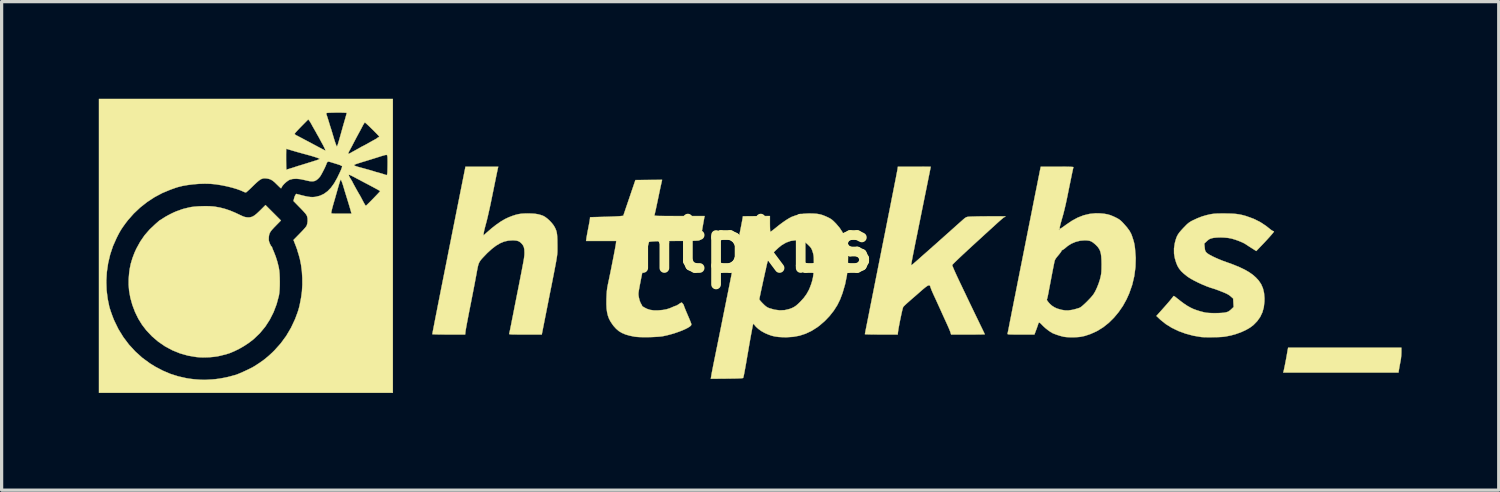
<source format=kicad_pcb>
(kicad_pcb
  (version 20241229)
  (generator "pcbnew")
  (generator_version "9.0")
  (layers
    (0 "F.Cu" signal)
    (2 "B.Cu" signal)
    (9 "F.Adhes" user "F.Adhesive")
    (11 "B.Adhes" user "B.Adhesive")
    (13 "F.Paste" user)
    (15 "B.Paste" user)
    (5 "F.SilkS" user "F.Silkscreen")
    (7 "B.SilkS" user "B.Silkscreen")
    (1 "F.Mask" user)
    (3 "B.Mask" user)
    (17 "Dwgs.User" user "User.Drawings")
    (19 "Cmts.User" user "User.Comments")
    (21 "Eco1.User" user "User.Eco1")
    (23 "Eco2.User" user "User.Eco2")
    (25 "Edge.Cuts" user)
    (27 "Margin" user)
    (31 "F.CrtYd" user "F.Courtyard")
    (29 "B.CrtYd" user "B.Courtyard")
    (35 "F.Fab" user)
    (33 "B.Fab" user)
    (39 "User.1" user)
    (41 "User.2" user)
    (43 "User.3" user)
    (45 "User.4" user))
  (footprint "htpkbs"
    (layer "F.Cu")
    (at 20.18 4.533)
    (property "Reference" "htpkbs" (at 0 0 0) (layer "F.SilkS") (effects (font (size 1.524 1.524) (thickness 0.3))))
    (attr through_hole)
    (fp_poly (pts (xy 20.03 3.293) (xy 20.026 3.392) (xy 20.015 3.497) (xy 20.002 3.573) (xy 19.987 3.648) (xy 19.972 3.728) (xy 19.96 3.798) (xy 19.957 3.814) (xy 19.94 3.919) (xy 16.383 3.919) (xy 16.393 3.88) (xy 16.404 3.834) (xy 16.418 3.767) (xy 16.435 3.686) (xy 16.452 3.598) (xy 16.469 3.51) (xy 16.484 3.429) (xy 16.495 3.365) (xy 16.506 3.301) (xy 16.516 3.243) (xy 16.524 3.201) (xy 16.526 3.19) (xy 16.534 3.15) (xy 20.03 3.15) (xy 20.03 3.293)) (stroke (width 0.01) (type solid)) (fill yes) (layer "F.SilkS"))
    (fp_poly (pts (xy -14.558 -0.777) (xy -14.708 -0.624) (xy -14.782 -0.548) (xy -14.837 -0.487) (xy -14.876 -0.436) (xy -14.902 -0.391) (xy -14.919 -0.347) (xy -14.928 -0.299) (xy -14.932 -0.254) (xy -14.934 -0.193) (xy -14.93 -0.147) (xy -14.916 -0.102) (xy -14.899 -0.06) (xy -14.877 -0.015) (xy -14.858 0.017) (xy -14.846 0.029) (xy -14.834 0.04) (xy -14.834 0.045) (xy -14.828 0.064) (xy -14.813 0.104) (xy -14.792 0.155) (xy -14.781 0.179) (xy -14.721 0.331) (xy -14.668 0.499) (xy -14.626 0.667) (xy -14.622 0.69) (xy -14.609 0.772) (xy -14.6 0.874) (xy -14.595 0.991) (xy -14.593 1.114) (xy -14.594 1.236) (xy -14.599 1.352) (xy -14.607 1.453) (xy -14.619 1.533) (xy -14.62 1.539) (xy -14.69 1.802) (xy -14.784 2.051) (xy -14.901 2.283) (xy -15.04 2.498) (xy -15.202 2.695) (xy -15.386 2.873) (xy -15.431 2.911) (xy -15.558 3.007) (xy -15.698 3.099) (xy -15.844 3.183) (xy -15.992 3.256) (xy -16.134 3.316) (xy -16.266 3.358) (xy -16.331 3.373) (xy -16.357 3.379) (xy -16.396 3.39) (xy -16.408 3.393) (xy -16.511 3.416) (xy -16.634 3.433) (xy -16.769 3.445) (xy -16.909 3.45) (xy -17.046 3.448) (xy -17.17 3.438) (xy -17.17 3.438) (xy -17.426 3.395) (xy -17.673 3.325) (xy -17.91 3.229) (xy -18.135 3.108) (xy -18.345 2.964) (xy -18.539 2.798) (xy -18.715 2.611) (xy -18.843 2.444) (xy -18.96 2.256) (xy -19.061 2.049) (xy -19.144 1.83) (xy -19.206 1.608) (xy -19.245 1.388) (xy -19.245 1.386) (xy -19.259 1.208) (xy -19.258 1.028) (xy -19.242 0.839) (xy -19.226 0.718) (xy -19.192 0.555) (xy -19.14 0.382) (xy -19.073 0.207) (xy -19.02 0.092) (xy -18.901 -0.124) (xy -18.767 -0.319) (xy -18.612 -0.498) (xy -18.439 -0.661) (xy -18.395 -0.7) (xy -18.356 -0.734) (xy -18.33 -0.757) (xy -18.329 -0.758) (xy -18.306 -0.778) (xy -18.295 -0.784) (xy -18.28 -0.791) (xy -18.248 -0.811) (xy -18.206 -0.839) (xy -18.204 -0.84) (xy -18.129 -0.888) (xy -18.04 -0.938) (xy -17.945 -0.987) (xy -17.853 -1.031) (xy -17.774 -1.064) (xy -17.75 -1.072) (xy -17.698 -1.09) (xy -17.653 -1.107) (xy -17.628 -1.117) (xy -17.597 -1.127) (xy -17.551 -1.14) (xy -17.526 -1.146) (xy -17.472 -1.159) (xy -17.419 -1.172) (xy -17.403 -1.176) (xy -17.326 -1.192) (xy -17.227 -1.204) (xy -17.114 -1.213) (xy -16.992 -1.218) (xy -16.87 -1.22) (xy -16.754 -1.217) (xy -16.651 -1.21) (xy -16.6 -1.204) (xy -16.438 -1.175) (xy -16.286 -1.136) (xy -16.134 -1.085) (xy -15.975 -1.019) (xy -15.85 -0.96) (xy -15.775 -0.925) (xy -15.718 -0.9) (xy -15.672 -0.885) (xy -15.629 -0.877) (xy -15.588 -0.873) (xy -15.529 -0.873) (xy -15.475 -0.883) (xy -15.423 -0.903) (xy -15.367 -0.938) (xy -15.304 -0.989) (xy -15.229 -1.059) (xy -15.19 -1.097) (xy -15.034 -1.253) (xy -14.558 -0.777)) (stroke (width 0.01) (type solid)) (fill yes) (layer "F.SilkS"))
    (fp_poly (pts (xy -7.859 -2.398) (xy -7.864 -2.375) (xy -7.874 -2.327) (xy -7.889 -2.258) (xy -7.907 -2.17) (xy -7.928 -2.068) (xy -7.951 -1.954) (xy -7.976 -1.833) (xy -7.976 -1.829) (xy -8.018 -1.625) (xy -8.054 -1.448) (xy -8.086 -1.292) (xy -8.115 -1.157) (xy -8.142 -1.038) (xy -8.166 -0.932) (xy -8.188 -0.837) (xy -8.21 -0.75) (xy -8.232 -0.667) (xy -8.244 -0.624) (xy -8.264 -0.546) (xy -8.282 -0.474) (xy -8.294 -0.415) (xy -8.301 -0.374) (xy -8.302 -0.365) (xy -8.302 -0.316) (xy -8.197 -0.412) (xy -8.053 -0.536) (xy -7.91 -0.648) (xy -7.771 -0.744) (xy -7.64 -0.821) (xy -7.522 -0.877) (xy -7.518 -0.878) (xy -7.406 -0.921) (xy -7.31 -0.952) (xy -7.223 -0.973) (xy -7.136 -0.986) (xy -7.04 -0.992) (xy -6.938 -0.994) (xy -6.816 -0.991) (xy -6.714 -0.984) (xy -6.626 -0.97) (xy -6.542 -0.948) (xy -6.473 -0.925) (xy -6.411 -0.892) (xy -6.34 -0.84) (xy -6.267 -0.775) (xy -6.199 -0.702) (xy -6.141 -0.628) (xy -6.104 -0.566) (xy -6.079 -0.513) (xy -6.059 -0.462) (xy -6.045 -0.408) (xy -6.035 -0.346) (xy -6.029 -0.272) (xy -6.025 -0.18) (xy -6.024 -0.067) (xy -6.023 -0.012) (xy -6.023 0.036) (xy -6.023 0.079) (xy -6.023 0.117) (xy -6.023 0.153) (xy -6.024 0.188) (xy -6.026 0.223) (xy -6.029 0.262) (xy -6.034 0.306) (xy -6.041 0.356) (xy -6.051 0.415) (xy -6.062 0.484) (xy -6.077 0.565) (xy -6.095 0.659) (xy -6.116 0.77) (xy -6.141 0.898) (xy -6.17 1.046) (xy -6.203 1.215) (xy -6.242 1.407) (xy -6.285 1.624) (xy -6.33 1.854) (xy -6.506 2.743) (xy -7.014 2.743) (xy -7.149 2.743) (xy -7.257 2.743) (xy -7.342 2.742) (xy -7.407 2.741) (xy -7.453 2.739) (xy -7.484 2.736) (xy -7.502 2.733) (xy -7.511 2.728) (xy -7.513 2.722) (xy -7.512 2.718) (xy -7.506 2.696) (xy -7.496 2.65) (xy -7.482 2.587) (xy -7.467 2.51) (xy -7.452 2.438) (xy -7.44 2.375) (xy -7.423 2.287) (xy -7.401 2.178) (xy -7.376 2.051) (xy -7.349 1.911) (xy -7.319 1.761) (xy -7.288 1.605) (xy -7.257 1.447) (xy -7.243 1.379) (xy -7.204 1.182) (xy -7.171 1.011) (xy -7.142 0.864) (xy -7.118 0.739) (xy -7.098 0.633) (xy -7.081 0.545) (xy -7.068 0.472) (xy -7.058 0.413) (xy -7.051 0.364) (xy -7.046 0.323) (xy -7.042 0.29) (xy -7.041 0.26) (xy -7.04 0.232) (xy -7.04 0.21) (xy -7.044 0.118) (xy -7.059 0.045) (xy -7.087 -0.014) (xy -7.121 -0.058) (xy -7.17 -0.105) (xy -7.222 -0.137) (xy -7.283 -0.155) (xy -7.362 -0.163) (xy -7.409 -0.164) (xy -7.539 -0.155) (xy -7.667 -0.126) (xy -7.793 -0.074) (xy -7.92 0.002) (xy -8.05 0.102) (xy -8.187 0.227) (xy -8.245 0.287) (xy -8.309 0.354) (xy -8.36 0.409) (xy -8.398 0.456) (xy -8.427 0.501) (xy -8.45 0.548) (xy -8.468 0.602) (xy -8.484 0.67) (xy -8.501 0.756) (xy -8.521 0.865) (xy -8.536 0.947) (xy -8.556 1.053) (xy -8.579 1.177) (xy -8.606 1.316) (xy -8.635 1.465) (xy -8.665 1.619) (xy -8.695 1.773) (xy -8.715 1.872) (xy -8.743 2.013) (xy -8.769 2.148) (xy -8.793 2.274) (xy -8.815 2.388) (xy -8.833 2.485) (xy -8.847 2.564) (xy -8.857 2.621) (xy -8.861 2.652) (xy -8.871 2.743) (xy -9.378 2.743) (xy -9.496 2.743) (xy -9.604 2.742) (xy -9.699 2.741) (xy -9.778 2.739) (xy -9.837 2.737) (xy -9.874 2.735) (xy -9.884 2.733) (xy -9.882 2.719) (xy -9.876 2.685) (xy -9.866 2.63) (xy -9.851 2.554) (xy -9.832 2.456) (xy -9.809 2.336) (xy -9.781 2.193) (xy -9.748 2.026) (xy -9.711 1.835) (xy -9.668 1.62) (xy -9.621 1.38) (xy -9.568 1.114) (xy -9.51 0.822) (xy -9.446 0.503) (xy -9.378 0.156) (xy -9.303 -0.218) (xy -9.3 -0.236) (xy -8.861 -2.438) (xy -7.849 -2.438) (xy -7.859 -2.398)) (stroke (width 0.01) (type solid)) (fill yes) (layer "F.SilkS"))
    (fp_poly (pts (xy 14.701 -0.991) (xy 14.821 -0.987) (xy 14.925 -0.979) (xy 15.02 -0.965) (xy 15.111 -0.947) (xy 15.206 -0.922) (xy 15.256 -0.906) (xy 15.473 -0.827) (xy 15.67 -0.729) (xy 15.851 -0.61) (xy 15.959 -0.524) (xy 16.003 -0.489) (xy 16.042 -0.463) (xy 16.068 -0.45) (xy 16.071 -0.45) (xy 16.093 -0.444) (xy 16.096 -0.438) (xy 16.087 -0.42) (xy 16.059 -0.384) (xy 16.015 -0.332) (xy 15.958 -0.267) (xy 15.889 -0.191) (xy 15.811 -0.107) (xy 15.73 -0.022) (xy 15.55 0.166) (xy 15.406 0.074) (xy 15.343 0.034) (xy 15.284 -0.004) (xy 15.236 -0.036) (xy 15.21 -0.053) (xy 15.156 -0.083) (xy 15.081 -0.117) (xy 14.994 -0.152) (xy 14.901 -0.185) (xy 14.812 -0.212) (xy 14.778 -0.221) (xy 14.684 -0.238) (xy 14.573 -0.249) (xy 14.456 -0.254) (xy 14.343 -0.251) (xy 14.242 -0.242) (xy 14.197 -0.233) (xy 14.141 -0.218) (xy 14.097 -0.198) (xy 14.053 -0.165) (xy 14.025 -0.139) (xy 13.946 -0.065) (xy 13.957 0.049) (xy 13.964 0.111) (xy 13.973 0.153) (xy 13.989 0.185) (xy 14.01 0.212) (xy 14.047 0.243) (xy 14.108 0.282) (xy 14.188 0.325) (xy 14.285 0.371) (xy 14.394 0.419) (xy 14.51 0.466) (xy 14.631 0.51) (xy 14.652 0.517) (xy 14.857 0.592) (xy 15.036 0.666) (xy 15.191 0.74) (xy 15.325 0.817) (xy 15.44 0.897) (xy 15.538 0.983) (xy 15.623 1.075) (xy 15.623 1.075) (xy 15.7 1.189) (xy 15.756 1.317) (xy 15.79 1.46) (xy 15.804 1.621) (xy 15.802 1.726) (xy 15.783 1.899) (xy 15.74 2.056) (xy 15.672 2.2) (xy 15.578 2.332) (xy 15.465 2.448) (xy 15.363 2.526) (xy 15.238 2.599) (xy 15.094 2.666) (xy 14.938 2.723) (xy 14.775 2.77) (xy 14.609 2.803) (xy 14.525 2.815) (xy 14.466 2.819) (xy 14.388 2.823) (xy 14.296 2.826) (xy 14.197 2.827) (xy 14.099 2.828) (xy 14.007 2.827) (xy 13.928 2.825) (xy 13.869 2.822) (xy 13.854 2.821) (xy 13.609 2.78) (xy 13.375 2.718) (xy 13.153 2.637) (xy 12.946 2.538) (xy 12.758 2.421) (xy 12.593 2.289) (xy 12.569 2.266) (xy 12.467 2.17) (xy 12.585 2.039) (xy 12.668 1.946) (xy 12.746 1.858) (xy 12.818 1.775) (xy 12.88 1.703) (xy 12.93 1.642) (xy 12.966 1.597) (xy 12.986 1.569) (xy 12.989 1.564) (xy 12.996 1.555) (xy 13.011 1.557) (xy 13.038 1.573) (xy 13.081 1.606) (xy 13.099 1.621) (xy 13.221 1.717) (xy 13.328 1.796) (xy 13.425 1.86) (xy 13.518 1.912) (xy 13.611 1.956) (xy 13.712 1.993) (xy 13.824 2.028) (xy 13.954 2.061) (xy 13.963 2.063) (xy 14.018 2.072) (xy 14.095 2.078) (xy 14.187 2.082) (xy 14.286 2.083) (xy 14.385 2.081) (xy 14.476 2.077) (xy 14.554 2.07) (xy 14.601 2.062) (xy 14.658 2.047) (xy 14.701 2.027) (xy 14.744 1.995) (xy 14.774 1.968) (xy 14.852 1.894) (xy 14.844 1.764) (xy 14.837 1.633) (xy 14.759 1.564) (xy 14.72 1.533) (xy 14.676 1.505) (xy 14.622 1.477) (xy 14.551 1.446) (xy 14.478 1.417) (xy 14.402 1.387) (xy 14.332 1.361) (xy 14.273 1.34) (xy 14.233 1.327) (xy 14.224 1.324) (xy 14.123 1.293) (xy 14.009 1.251) (xy 13.887 1.2) (xy 13.764 1.144) (xy 13.647 1.086) (xy 13.541 1.028) (xy 13.453 0.973) (xy 13.415 0.946) (xy 13.312 0.863) (xy 13.23 0.785) (xy 13.167 0.706) (xy 13.117 0.621) (xy 13.077 0.522) (xy 13.042 0.405) (xy 13.039 0.397) (xy 13.012 0.243) (xy 13.011 0.087) (xy 13.035 -0.074) (xy 13.047 -0.122) (xy 13.071 -0.206) (xy 13.097 -0.276) (xy 13.129 -0.338) (xy 13.17 -0.399) (xy 13.226 -0.465) (xy 13.298 -0.544) (xy 13.303 -0.549) (xy 13.366 -0.614) (xy 13.415 -0.663) (xy 13.458 -0.699) (xy 13.499 -0.728) (xy 13.545 -0.756) (xy 13.598 -0.783) (xy 13.741 -0.849) (xy 13.876 -0.901) (xy 14.014 -0.941) (xy 14.097 -0.96) (xy 14.153 -0.972) (xy 14.206 -0.98) (xy 14.262 -0.986) (xy 14.327 -0.99) (xy 14.407 -0.992) (xy 14.507 -0.993) (xy 14.558 -0.993) (xy 14.701 -0.991)) (stroke (width 0.01) (type solid)) (fill yes) (layer "F.SilkS"))
    (fp_poly (pts (xy -2.826 -1.876) (xy -2.842 -1.805) (xy -2.861 -1.715) (xy -2.882 -1.616) (xy -2.902 -1.518) (xy -2.91 -1.48) (xy -2.936 -1.355) (xy -2.961 -1.239) (xy -2.982 -1.138) (xy -3.001 -1.053) (xy -3.016 -0.988) (xy -3.025 -0.948) (xy -3.028 -0.94) (xy -3.028 -0.934) (xy -3.024 -0.93) (xy -3.014 -0.926) (xy -2.994 -0.923) (xy -2.963 -0.92) (xy -2.919 -0.918) (xy -2.86 -0.917) (xy -2.782 -0.916) (xy -2.685 -0.915) (xy -2.565 -0.915) (xy -2.42 -0.914) (xy -2.256 -0.914) (xy -1.477 -0.914) (xy -1.486 -0.882) (xy -1.491 -0.857) (xy -1.499 -0.809) (xy -1.511 -0.744) (xy -1.525 -0.665) (xy -1.538 -0.588) (xy -1.554 -0.498) (xy -1.569 -0.412) (xy -1.583 -0.336) (xy -1.595 -0.277) (xy -1.601 -0.247) (xy -1.612 -0.201) (xy -1.624 -0.176) (xy -1.644 -0.164) (xy -1.676 -0.157) (xy -1.704 -0.155) (xy -1.757 -0.152) (xy -1.832 -0.15) (xy -1.924 -0.149) (xy -2.031 -0.147) (xy -2.148 -0.146) (xy -2.258 -0.146) (xy -2.449 -0.145) (xy -2.621 -0.144) (xy -2.774 -0.141) (xy -2.905 -0.138) (xy -3.014 -0.134) (xy -3.099 -0.129) (xy -3.158 -0.123) (xy -3.19 -0.117) (xy -3.194 -0.116) (xy -3.201 -0.099) (xy -3.213 -0.058) (xy -3.228 0.004) (xy -3.247 0.084) (xy -3.268 0.178) (xy -3.29 0.282) (xy -3.295 0.307) (xy -3.319 0.426) (xy -3.344 0.547) (xy -3.369 0.666) (xy -3.391 0.774) (xy -3.41 0.866) (xy -3.423 0.929) (xy -3.442 1.024) (xy -3.462 1.128) (xy -3.482 1.229) (xy -3.497 1.314) (xy -3.498 1.316) (xy -3.511 1.392) (xy -3.519 1.447) (xy -3.522 1.489) (xy -3.52 1.528) (xy -3.514 1.57) (xy -3.505 1.614) (xy -3.488 1.684) (xy -3.466 1.746) (xy -3.446 1.786) (xy -3.424 1.822) (xy -3.412 1.848) (xy -3.411 1.854) (xy -3.4 1.87) (xy -3.365 1.894) (xy -3.305 1.927) (xy -3.254 1.952) (xy -3.163 1.982) (xy -3.05 1.998) (xy -2.915 1.998) (xy -2.896 1.997) (xy -2.764 1.985) (xy -2.653 1.964) (xy -2.552 1.932) (xy -2.482 1.902) (xy -2.433 1.88) (xy -2.392 1.864) (xy -2.37 1.858) (xy -2.369 1.858) (xy -2.348 1.85) (xy -2.312 1.83) (xy -2.277 1.807) (xy -2.236 1.78) (xy -2.205 1.762) (xy -2.191 1.756) (xy -2.174 1.767) (xy -2.151 1.793) (xy -2.13 1.823) (xy -2.119 1.847) (xy -2.119 1.849) (xy -2.115 1.866) (xy -2.103 1.899) (xy -2.082 1.951) (xy -2.052 2.025) (xy -2.011 2.121) (xy -1.971 2.213) (xy -1.936 2.296) (xy -1.912 2.357) (xy -1.896 2.399) (xy -1.889 2.427) (xy -1.888 2.438) (xy -1.902 2.467) (xy -1.94 2.5) (xy -2 2.537) (xy -2.079 2.577) (xy -2.172 2.618) (xy -2.277 2.658) (xy -2.39 2.697) (xy -2.509 2.733) (xy -2.629 2.765) (xy -2.747 2.791) (xy -2.767 2.795) (xy -2.839 2.805) (xy -2.933 2.813) (xy -3.042 2.819) (xy -3.159 2.824) (xy -3.278 2.825) (xy -3.393 2.825) (xy -3.497 2.822) (xy -3.584 2.816) (xy -3.636 2.81) (xy -3.79 2.779) (xy -3.92 2.742) (xy -4.031 2.695) (xy -4.127 2.637) (xy -4.212 2.564) (xy -4.292 2.475) (xy -4.32 2.437) (xy -4.381 2.347) (xy -4.429 2.257) (xy -4.464 2.162) (xy -4.489 2.058) (xy -4.505 1.94) (xy -4.511 1.804) (xy -4.51 1.645) (xy -4.508 1.604) (xy -4.503 1.49) (xy -4.496 1.396) (xy -4.485 1.309) (xy -4.469 1.221) (xy -4.455 1.154) (xy -4.435 1.06) (xy -4.413 0.952) (xy -4.388 0.834) (xy -4.363 0.709) (xy -4.338 0.582) (xy -4.313 0.456) (xy -4.289 0.335) (xy -4.268 0.223) (xy -4.249 0.124) (xy -4.234 0.041) (xy -4.223 -0.021) (xy -4.217 -0.059) (xy -4.217 -0.062) (xy -4.207 -0.145) (xy -5.138 -0.145) (xy -5.129 -0.214) (xy -5.124 -0.252) (xy -5.113 -0.311) (xy -5.1 -0.386) (xy -5.084 -0.47) (xy -5.072 -0.53) (xy -5.056 -0.615) (xy -5.041 -0.693) (xy -5.029 -0.759) (xy -5.022 -0.807) (xy -5.019 -0.827) (xy -5.015 -0.878) (xy -4.601 -0.889) (xy -4.489 -0.892) (xy -4.38 -0.896) (xy -4.282 -0.9) (xy -4.197 -0.904) (xy -4.131 -0.908) (xy -4.09 -0.911) (xy -4.089 -0.911) (xy -3.99 -0.922) (xy -3.897 -1.197) (xy -3.859 -1.308) (xy -3.816 -1.435) (xy -3.772 -1.564) (xy -3.731 -1.686) (xy -3.709 -1.749) (xy -3.615 -2.025) (xy -3.203 -2.029) (xy -2.791 -2.032) (xy -2.826 -1.876)) (stroke (width 0.01) (type solid)) (fill yes) (layer "F.SilkS"))
    (fp_poly (pts (xy 1.89 -0.99) (xy 1.99 -0.982) (xy 2.077 -0.967) (xy 2.16 -0.944) (xy 2.248 -0.909) (xy 2.311 -0.881) (xy 2.37 -0.852) (xy 2.416 -0.825) (xy 2.458 -0.795) (xy 2.502 -0.756) (xy 2.555 -0.703) (xy 2.58 -0.677) (xy 2.688 -0.55) (xy 2.774 -0.42) (xy 2.84 -0.28) (xy 2.889 -0.125) (xy 2.923 0.05) (xy 2.927 0.079) (xy 2.949 0.351) (xy 2.944 0.63) (xy 2.914 0.911) (xy 2.858 1.191) (xy 2.777 1.467) (xy 2.703 1.662) (xy 2.618 1.835) (xy 2.509 2.006) (xy 2.379 2.171) (xy 2.232 2.325) (xy 2.074 2.462) (xy 1.996 2.521) (xy 1.818 2.633) (xy 1.637 2.718) (xy 1.45 2.779) (xy 1.253 2.815) (xy 1.042 2.828) (xy 0.937 2.826) (xy 0.806 2.819) (xy 0.695 2.804) (xy 0.595 2.781) (xy 0.494 2.746) (xy 0.385 2.699) (xy 0.377 2.695) (xy 0.276 2.639) (xy 0.183 2.573) (xy 0.105 2.502) (xy 0.053 2.439) (xy 0.034 2.417) (xy 0.021 2.413) (xy 0.021 2.413) (xy 0.016 2.43) (xy 0.006 2.474) (xy -0.008 2.544) (xy -0.025 2.638) (xy -0.047 2.754) (xy -0.072 2.892) (xy -0.1 3.05) (xy -0.13 3.227) (xy -0.164 3.42) (xy -0.199 3.629) (xy -0.203 3.649) (xy -0.222 3.756) (xy -0.24 3.854) (xy -0.256 3.94) (xy -0.27 4.009) (xy -0.282 4.058) (xy -0.289 4.082) (xy -0.29 4.084) (xy -0.309 4.089) (xy -0.355 4.094) (xy -0.428 4.098) (xy -0.53 4.101) (xy -0.659 4.103) (xy -0.797 4.105) (xy -1.288 4.109) (xy -1.268 3.987) (xy -1.261 3.947) (xy -1.249 3.883) (xy -1.232 3.797) (xy -1.212 3.693) (xy -1.188 3.575) (xy -1.162 3.446) (xy -1.134 3.309) (xy -1.112 3.199) (xy -1.09 3.094) (xy -1.065 2.969) (xy -1.036 2.827) (xy -1.004 2.668) (xy -0.969 2.495) (xy -0.932 2.31) (xy -0.893 2.115) (xy -0.852 1.912) (xy -0.81 1.703) (xy -0.8 1.653) (xy 0.21 1.653) (xy 0.22 1.675) (xy 0.244 1.707) (xy 0.285 1.752) (xy 0.314 1.782) (xy 0.373 1.84) (xy 0.421 1.88) (xy 0.463 1.907) (xy 0.508 1.927) (xy 0.51 1.928) (xy 0.679 1.977) (xy 0.841 1.997) (xy 0.996 1.99) (xy 1.144 1.954) (xy 1.146 1.953) (xy 1.22 1.925) (xy 1.281 1.894) (xy 1.338 1.857) (xy 1.398 1.806) (xy 1.469 1.738) (xy 1.469 1.738) (xy 1.581 1.616) (xy 1.669 1.495) (xy 1.74 1.367) (xy 1.774 1.287) (xy 1.815 1.177) (xy 1.845 1.077) (xy 1.867 0.977) (xy 1.882 0.872) (xy 1.89 0.754) (xy 1.893 0.615) (xy 1.893 0.588) (xy 1.893 0.489) (xy 1.892 0.413) (xy 1.89 0.355) (xy 1.885 0.309) (xy 1.878 0.269) (xy 1.868 0.229) (xy 1.858 0.196) (xy 1.836 0.131) (xy 1.813 0.083) (xy 1.783 0.042) (xy 1.75 0.007) (xy 1.686 -0.055) (xy 1.634 -0.098) (xy 1.588 -0.127) (xy 1.541 -0.145) (xy 1.486 -0.157) (xy 1.469 -0.159) (xy 1.32 -0.166) (xy 1.175 -0.145) (xy 1.036 -0.095) (xy 0.902 -0.017) (xy 0.805 0.061) (xy 0.694 0.165) (xy 0.607 0.257) (xy 0.541 0.342) (xy 0.493 0.42) (xy 0.463 0.496) (xy 0.459 0.512) (xy 0.45 0.548) (xy 0.436 0.607) (xy 0.418 0.687) (xy 0.397 0.781) (xy 0.374 0.885) (xy 0.35 0.995) (xy 0.325 1.106) (xy 0.302 1.215) (xy 0.28 1.315) (xy 0.261 1.403) (xy 0.246 1.475) (xy 0.235 1.525) (xy 0.234 1.531) (xy 0.224 1.58) (xy 0.214 1.622) (xy 0.21 1.635) (xy 0.21 1.653) (xy -0.8 1.653) (xy -0.767 1.49) (xy -0.724 1.275) (xy -0.681 1.06) (xy -0.639 0.847) (xy -0.597 0.638) (xy -0.557 0.435) (xy -0.518 0.239) (xy -0.482 0.054) (xy -0.447 -0.119) (xy -0.416 -0.278) (xy -0.388 -0.421) (xy -0.363 -0.545) (xy -0.343 -0.65) (xy -0.327 -0.733) (xy -0.316 -0.792) (xy -0.31 -0.824) (xy -0.309 -0.827) (xy -0.297 -0.907) (xy 0.12 -0.911) (xy 0.537 -0.915) (xy 0.537 -0.676) (xy 0.538 -0.596) (xy 0.54 -0.526) (xy 0.543 -0.472) (xy 0.547 -0.438) (xy 0.55 -0.429) (xy 0.565 -0.435) (xy 0.598 -0.457) (xy 0.643 -0.491) (xy 0.697 -0.534) (xy 0.706 -0.541) (xy 0.817 -0.631) (xy 0.926 -0.712) (xy 1.028 -0.783) (xy 1.119 -0.84) (xy 1.195 -0.881) (xy 1.217 -0.891) (xy 1.339 -0.935) (xy 1.454 -0.966) (xy 1.571 -0.984) (xy 1.701 -0.992) (xy 1.771 -0.993) (xy 1.89 -0.99)) (stroke (width 0.01) (type solid)) (fill yes) (layer "F.SilkS"))
    (fp_poly (pts (xy 5.112 -2.438) (xy 5.22 -2.438) (xy 5.315 -2.437) (xy 5.394 -2.437) (xy 5.454 -2.436) (xy 5.49 -2.435) (xy 5.501 -2.434) (xy 5.498 -2.42) (xy 5.49 -2.379) (xy 5.477 -2.314) (xy 5.46 -2.227) (xy 5.438 -2.121) (xy 5.414 -1.999) (xy 5.386 -1.861) (xy 5.356 -1.711) (xy 5.323 -1.55) (xy 5.289 -1.382) (xy 5.254 -1.208) (xy 5.218 -1.03) (xy 5.182 -0.851) (xy 5.146 -0.674) (xy 5.111 -0.5) (xy 5.077 -0.331) (xy 5.044 -0.171) (xy 5.036 -0.132) (xy 5.008 0.009) (xy 4.982 0.141) (xy 4.958 0.261) (xy 4.937 0.368) (xy 4.92 0.458) (xy 4.907 0.528) (xy 4.898 0.576) (xy 4.895 0.598) (xy 4.895 0.6) (xy 4.908 0.599) (xy 4.934 0.583) (xy 4.957 0.565) (xy 5.006 0.522) (xy 5.073 0.464) (xy 5.156 0.391) (xy 5.251 0.306) (xy 5.357 0.213) (xy 5.469 0.114) (xy 5.585 0.011) (xy 5.703 -0.093) (xy 5.818 -0.196) (xy 5.928 -0.294) (xy 6.029 -0.384) (xy 6.123 -0.468) (xy 6.214 -0.549) (xy 6.298 -0.625) (xy 6.373 -0.691) (xy 6.435 -0.746) (xy 6.481 -0.787) (xy 6.504 -0.808) (xy 6.556 -0.851) (xy 6.598 -0.877) (xy 6.638 -0.889) (xy 6.651 -0.891) (xy 6.689 -0.894) (xy 6.749 -0.897) (xy 6.827 -0.899) (xy 6.919 -0.902) (xy 7.022 -0.904) (xy 7.131 -0.905) (xy 7.244 -0.906) (xy 7.356 -0.907) (xy 7.463 -0.907) (xy 7.562 -0.907) (xy 7.65 -0.907) (xy 7.722 -0.905) (xy 7.774 -0.904) (xy 7.804 -0.901) (xy 7.809 -0.9) (xy 7.797 -0.887) (xy 7.788 -0.885) (xy 7.781 -0.884) (xy 7.772 -0.88) (xy 7.758 -0.872) (xy 7.739 -0.857) (xy 7.712 -0.835) (xy 7.676 -0.804) (xy 7.629 -0.763) (xy 7.569 -0.71) (xy 7.496 -0.643) (xy 7.407 -0.562) (xy 7.3 -0.465) (xy 7.174 -0.35) (xy 7.125 -0.305) (xy 6.938 -0.134) (xy 6.773 0.017) (xy 6.629 0.15) (xy 6.505 0.265) (xy 6.401 0.363) (xy 6.317 0.443) (xy 6.251 0.507) (xy 6.204 0.554) (xy 6.175 0.585) (xy 6.164 0.601) (xy 6.164 0.602) (xy 6.172 0.628) (xy 6.192 0.676) (xy 6.221 0.744) (xy 6.258 0.828) (xy 6.302 0.924) (xy 6.351 1.029) (xy 6.4 1.132) (xy 6.446 1.228) (xy 6.5 1.342) (xy 6.559 1.464) (xy 6.617 1.587) (xy 6.672 1.702) (xy 6.684 1.727) (xy 6.739 1.841) (xy 6.802 1.972) (xy 6.868 2.109) (xy 6.933 2.243) (xy 6.992 2.365) (xy 7.005 2.392) (xy 7.049 2.483) (xy 7.089 2.565) (xy 7.123 2.636) (xy 7.149 2.69) (xy 7.165 2.725) (xy 7.17 2.737) (xy 7.156 2.738) (xy 7.116 2.739) (xy 7.054 2.741) (xy 6.972 2.742) (xy 6.875 2.743) (xy 6.764 2.743) (xy 6.65 2.743) (xy 6.13 2.743) (xy 6.112 2.682) (xy 6.099 2.645) (xy 6.077 2.589) (xy 6.048 2.522) (xy 6.016 2.45) (xy 6.014 2.446) (xy 5.978 2.366) (xy 5.939 2.281) (xy 5.903 2.203) (xy 5.878 2.148) (xy 5.8 1.974) (xy 5.73 1.821) (xy 5.667 1.682) (xy 5.607 1.553) (xy 5.59 1.517) (xy 5.558 1.445) (xy 5.529 1.378) (xy 5.508 1.323) (xy 5.495 1.286) (xy 5.493 1.28) (xy 5.482 1.244) (xy 5.465 1.225) (xy 5.438 1.224) (xy 5.4 1.24) (xy 5.348 1.276) (xy 5.28 1.331) (xy 5.239 1.366) (xy 5.181 1.417) (xy 5.108 1.481) (xy 5.027 1.552) (xy 4.944 1.623) (xy 4.887 1.673) (xy 4.82 1.732) (xy 4.758 1.787) (xy 4.707 1.835) (xy 4.671 1.871) (xy 4.652 1.892) (xy 4.652 1.892) (xy 4.643 1.915) (xy 4.63 1.962) (xy 4.614 2.028) (xy 4.596 2.108) (xy 4.577 2.199) (xy 4.557 2.294) (xy 4.538 2.389) (xy 4.521 2.48) (xy 4.506 2.561) (xy 4.496 2.629) (xy 4.491 2.66) (xy 4.482 2.743) (xy 3.975 2.743) (xy 3.857 2.743) (xy 3.749 2.742) (xy 3.654 2.741) (xy 3.575 2.739) (xy 3.516 2.737) (xy 3.479 2.735) (xy 3.469 2.733) (xy 3.472 2.717) (xy 3.48 2.675) (xy 3.493 2.607) (xy 3.511 2.516) (xy 3.534 2.401) (xy 3.561 2.265) (xy 3.592 2.11) (xy 3.626 1.935) (xy 3.664 1.745) (xy 3.705 1.538) (xy 3.749 1.318) (xy 3.795 1.085) (xy 3.844 0.84) (xy 3.894 0.587) (xy 3.947 0.324) (xy 3.969 0.211) (xy 4.022 -0.056) (xy 4.074 -0.315) (xy 4.124 -0.565) (xy 4.171 -0.806) (xy 4.217 -1.035) (xy 4.26 -1.251) (xy 4.299 -1.453) (xy 4.336 -1.638) (xy 4.369 -1.806) (xy 4.398 -1.955) (xy 4.424 -2.084) (xy 4.444 -2.191) (xy 4.46 -2.274) (xy 4.472 -2.333) (xy 4.477 -2.364) (xy 4.478 -2.369) (xy 4.487 -2.438) (xy 4.994 -2.438) (xy 5.112 -2.438)) (stroke (width 0.01) (type solid)) (fill yes) (layer "F.SilkS"))
    (fp_poly (pts (xy 9.55 -2.438) (xy 9.671 -2.437) (xy 9.769 -2.435) (xy 9.841 -2.432) (xy 9.887 -2.429) (xy 9.906 -2.425) (xy 9.906 -2.424) (xy 9.902 -2.408) (xy 9.892 -2.365) (xy 9.878 -2.301) (xy 9.86 -2.217) (xy 9.84 -2.118) (xy 9.817 -2.005) (xy 9.792 -1.883) (xy 9.783 -1.84) (xy 9.748 -1.667) (xy 9.718 -1.517) (xy 9.691 -1.389) (xy 9.667 -1.277) (xy 9.644 -1.179) (xy 9.622 -1.089) (xy 9.601 -1.004) (xy 9.578 -0.92) (xy 9.553 -0.834) (xy 9.543 -0.798) (xy 9.515 -0.699) (xy 9.496 -0.624) (xy 9.484 -0.571) (xy 9.481 -0.538) (xy 9.485 -0.521) (xy 9.487 -0.518) (xy 9.503 -0.524) (xy 9.537 -0.544) (xy 9.585 -0.577) (xy 9.643 -0.619) (xy 9.674 -0.642) (xy 9.858 -0.767) (xy 10.039 -0.865) (xy 10.221 -0.936) (xy 10.404 -0.98) (xy 10.591 -0.999) (xy 10.733 -0.996) (xy 10.852 -0.985) (xy 10.954 -0.967) (xy 11.049 -0.94) (xy 11.148 -0.899) (xy 11.196 -0.876) (xy 11.266 -0.841) (xy 11.32 -0.808) (xy 11.368 -0.77) (xy 11.419 -0.721) (xy 11.45 -0.688) (xy 11.557 -0.567) (xy 11.638 -0.457) (xy 11.691 -0.359) (xy 11.704 -0.327) (xy 11.736 -0.232) (xy 11.76 -0.156) (xy 11.778 -0.09) (xy 11.791 -0.025) (xy 11.802 0.048) (xy 11.807 0.091) (xy 11.829 0.377) (xy 11.821 0.659) (xy 11.785 0.936) (xy 11.721 1.208) (xy 11.628 1.473) (xy 11.544 1.66) (xy 11.432 1.862) (xy 11.301 2.051) (xy 11.155 2.226) (xy 10.997 2.382) (xy 10.829 2.516) (xy 10.655 2.625) (xy 10.61 2.648) (xy 10.427 2.73) (xy 10.255 2.787) (xy 10.121 2.815) (xy 10.048 2.822) (xy 9.96 2.827) (xy 9.863 2.828) (xy 9.768 2.827) (xy 9.684 2.822) (xy 9.619 2.814) (xy 9.616 2.814) (xy 9.553 2.799) (xy 9.476 2.778) (xy 9.396 2.752) (xy 9.322 2.725) (xy 9.265 2.702) (xy 9.258 2.698) (xy 9.194 2.66) (xy 9.12 2.608) (xy 9.043 2.547) (xy 8.974 2.484) (xy 8.933 2.442) (xy 8.889 2.397) (xy 8.859 2.376) (xy 8.838 2.377) (xy 8.824 2.401) (xy 8.818 2.42) (xy 8.809 2.451) (xy 8.792 2.5) (xy 8.771 2.561) (xy 8.755 2.602) (xy 8.702 2.743) (xy 8.283 2.743) (xy 8.162 2.743) (xy 8.067 2.743) (xy 7.995 2.742) (xy 7.942 2.74) (xy 7.907 2.738) (xy 7.885 2.734) (xy 7.874 2.729) (xy 7.871 2.723) (xy 7.872 2.718) (xy 7.877 2.697) (xy 7.886 2.652) (xy 7.9 2.587) (xy 7.916 2.504) (xy 7.934 2.41) (xy 7.954 2.308) (xy 7.963 2.261) (xy 7.978 2.189) (xy 7.996 2.094) (xy 8.019 1.978) (xy 8.046 1.843) (xy 8.076 1.69) (xy 8.082 1.66) (xy 9.086 1.66) (xy 9.087 1.679) (xy 9.109 1.714) (xy 9.148 1.763) (xy 9.185 1.803) (xy 9.244 1.855) (xy 9.319 1.903) (xy 9.395 1.939) (xy 9.41 1.944) (xy 9.534 1.98) (xy 9.645 1.998) (xy 9.751 1.999) (xy 9.864 1.983) (xy 9.931 1.968) (xy 9.996 1.95) (xy 10.055 1.932) (xy 10.099 1.917) (xy 10.113 1.91) (xy 10.149 1.886) (xy 10.199 1.844) (xy 10.259 1.79) (xy 10.323 1.728) (xy 10.387 1.662) (xy 10.446 1.599) (xy 10.495 1.541) (xy 10.528 1.498) (xy 10.58 1.41) (xy 10.631 1.302) (xy 10.679 1.183) (xy 10.72 1.06) (xy 10.744 0.967) (xy 10.756 0.91) (xy 10.765 0.855) (xy 10.77 0.794) (xy 10.773 0.721) (xy 10.774 0.629) (xy 10.775 0.573) (xy 10.772 0.439) (xy 10.765 0.33) (xy 10.752 0.239) (xy 10.731 0.164) (xy 10.7 0.1) (xy 10.659 0.041) (xy 10.605 -0.016) (xy 10.568 -0.05) (xy 10.505 -0.101) (xy 10.45 -0.134) (xy 10.391 -0.153) (xy 10.319 -0.162) (xy 10.254 -0.164) (xy 10.115 -0.153) (xy 9.976 -0.118) (xy 9.845 -0.063) (xy 9.729 0.01) (xy 9.678 0.053) (xy 9.636 0.089) (xy 9.596 0.118) (xy 9.573 0.13) (xy 9.545 0.148) (xy 9.536 0.165) (xy 9.527 0.184) (xy 9.502 0.219) (xy 9.467 0.265) (xy 9.436 0.302) (xy 9.387 0.361) (xy 9.355 0.406) (xy 9.334 0.445) (xy 9.322 0.485) (xy 9.319 0.496) (xy 9.309 0.549) (xy 9.293 0.625) (xy 9.275 0.719) (xy 9.254 0.826) (xy 9.232 0.94) (xy 9.21 1.058) (xy 9.188 1.172) (xy 9.168 1.278) (xy 9.15 1.371) (xy 9.137 1.444) (xy 9.122 1.518) (xy 9.109 1.582) (xy 9.097 1.63) (xy 9.088 1.657) (xy 9.086 1.66) (xy 8.082 1.66) (xy 8.11 1.521) (xy 8.146 1.339) (xy 8.184 1.145) (xy 8.225 0.94) (xy 8.267 0.727) (xy 8.311 0.508) (xy 8.355 0.285) (xy 8.4 0.059) (xy 8.445 -0.168) (xy 8.49 -0.394) (xy 8.511 -0.499) (xy 9.454 -0.499) (xy 9.456 -0.493) (xy 9.469 -0.48) (xy 9.471 -0.479) (xy 9.478 -0.49) (xy 9.478 -0.493) (xy 9.467 -0.507) (xy 9.462 -0.508) (xy 9.454 -0.499) (xy 8.511 -0.499) (xy 8.534 -0.617) (xy 8.578 -0.836) (xy 8.62 -1.047) (xy 8.66 -1.251) (xy 8.698 -1.443) (xy 8.734 -1.624) (xy 8.768 -1.791) (xy 8.798 -1.941) (xy 8.824 -2.074) (xy 8.847 -2.187) (xy 8.865 -2.279) (xy 8.879 -2.348) (xy 8.888 -2.391) (xy 8.891 -2.406) (xy 8.898 -2.438) (xy 9.406 -2.438) (xy 9.55 -2.438)) (stroke (width 0.01) (type solid)) (fill yes) (layer "F.SilkS"))
    (fp_poly (pts (xy -11.103 4.543) (xy -20.175 4.543) (xy -20.175 1.098) (xy -19.949 1.098) (xy -19.94 1.374) (xy -19.906 1.643) (xy -19.883 1.756) (xy -19.872 1.805) (xy -19.864 1.848) (xy -19.862 1.858) (xy -19.853 1.897) (xy -19.835 1.956) (xy -19.811 2.03) (xy -19.782 2.111) (xy -19.752 2.193) (xy -19.722 2.27) (xy -19.703 2.315) (xy -19.576 2.576) (xy -19.424 2.823) (xy -19.25 3.054) (xy -19.054 3.267) (xy -18.839 3.461) (xy -18.606 3.632) (xy -18.433 3.739) (xy -18.199 3.861) (xy -17.968 3.959) (xy -17.731 4.034) (xy -17.483 4.09) (xy -17.42 4.101) (xy -17.342 4.112) (xy -17.25 4.123) (xy -17.153 4.131) (xy -17.057 4.138) (xy -16.971 4.142) (xy -16.901 4.143) (xy -16.873 4.142) (xy -16.832 4.139) (xy -16.772 4.135) (xy -16.705 4.131) (xy -16.681 4.13) (xy -16.577 4.121) (xy -16.457 4.105) (xy -16.333 4.083) (xy -16.215 4.059) (xy -16.116 4.034) (xy -16.062 4.019) (xy -16.016 4.006) (xy -15.988 3.999) (xy -15.987 3.999) (xy -15.947 3.988) (xy -15.887 3.965) (xy -15.812 3.934) (xy -15.728 3.897) (xy -15.641 3.857) (xy -15.556 3.817) (xy -15.478 3.778) (xy -15.413 3.743) (xy -15.385 3.727) (xy -15.227 3.625) (xy -15.087 3.526) (xy -14.958 3.421) (xy -14.83 3.305) (xy -14.761 3.237) (xy -14.567 3.021) (xy -14.395 2.787) (xy -14.246 2.535) (xy -14.121 2.268) (xy -14.044 2.061) (xy -14.024 2.001) (xy -14.009 1.949) (xy -13.995 1.899) (xy -13.982 1.845) (xy -13.969 1.78) (xy -13.953 1.699) (xy -13.934 1.597) (xy -13.909 1.41) (xy -13.897 1.209) (xy -13.898 1.001) (xy -13.911 0.792) (xy -13.937 0.591) (xy -13.975 0.403) (xy -14.014 0.263) (xy -14.031 0.211) (xy -14.044 0.169) (xy -14.05 0.145) (xy -14.05 0.144) (xy -14.055 0.126) (xy -14.069 0.087) (xy -14.089 0.033) (xy -14.11 -0.022) (xy -14.17 -0.175) (xy -13.982 -0.367) (xy -13.92 -0.431) (xy -13.863 -0.492) (xy -13.816 -0.545) (xy -13.783 -0.586) (xy -13.767 -0.608) (xy -13.745 -0.675) (xy -13.734 -0.755) (xy -13.736 -0.838) (xy -13.747 -0.895) (xy -13.757 -0.923) (xy -13.772 -0.951) (xy -13.795 -0.984) (xy -13.823 -1.017) (xy -13.005 -1.017) (xy -13.004 -1.007) (xy -12.999 -1) (xy -12.986 -0.994) (xy -12.961 -0.991) (xy -12.921 -0.989) (xy -12.863 -0.987) (xy -12.782 -0.987) (xy -12.692 -0.987) (xy -12.38 -0.987) (xy -12.389 -1.027) (xy -12.398 -1.059) (xy -12.413 -1.114) (xy -12.435 -1.187) (xy -12.46 -1.272) (xy -12.488 -1.363) (xy -12.517 -1.457) (xy -12.54 -1.531) (xy -12.563 -1.606) (xy -12.588 -1.686) (xy -12.609 -1.758) (xy -12.613 -1.771) (xy -12.64 -1.862) (xy -12.665 -1.937) (xy -12.686 -1.994) (xy -12.703 -2.028) (xy -12.713 -2.037) (xy -12.714 -2.036) (xy -12.725 -2.014) (xy -12.742 -1.967) (xy -12.764 -1.897) (xy -12.79 -1.808) (xy -12.82 -1.702) (xy -12.823 -1.691) (xy -12.845 -1.613) (xy -12.869 -1.529) (xy -12.89 -1.454) (xy -12.897 -1.43) (xy -12.93 -1.318) (xy -12.958 -1.219) (xy -12.98 -1.135) (xy -12.995 -1.071) (xy -13.004 -1.028) (xy -13.005 -1.017) (xy -13.823 -1.017) (xy -13.83 -1.025) (xy -13.879 -1.079) (xy -13.944 -1.147) (xy -13.969 -1.172) (xy -14.171 -1.379) (xy -14.152 -1.456) (xy -14.137 -1.507) (xy -14.119 -1.55) (xy -14.109 -1.566) (xy -14.085 -1.598) (xy -13.918 -1.555) (xy -13.808 -1.528) (xy -13.718 -1.51) (xy -13.642 -1.501) (xy -13.572 -1.499) (xy -13.503 -1.505) (xy -13.482 -1.508) (xy -13.351 -1.541) (xy -13.23 -1.598) (xy -13.117 -1.68) (xy -13.013 -1.788) (xy -12.915 -1.923) (xy -12.823 -2.086) (xy -12.81 -2.112) (xy -12.779 -2.176) (xy -12.464 -2.176) (xy -12.46 -2.162) (xy -12.447 -2.132) (xy -12.423 -2.089) (xy -12.401 -2.052) (xy -12.375 -2.011) (xy -12.357 -1.98) (xy -12.352 -1.968) (xy -12.345 -1.954) (xy -12.327 -1.919) (xy -12.301 -1.871) (xy -12.269 -1.813) (xy -12.235 -1.751) (xy -12.202 -1.692) (xy -12.172 -1.639) (xy -12.149 -1.599) (xy -12.135 -1.576) (xy -12.134 -1.575) (xy -12.123 -1.557) (xy -12.102 -1.519) (xy -12.074 -1.467) (xy -12.047 -1.415) (xy -12.008 -1.341) (xy -11.979 -1.29) (xy -11.959 -1.257) (xy -11.945 -1.24) (xy -11.934 -1.234) (xy -11.933 -1.234) (xy -11.92 -1.244) (xy -11.891 -1.271) (xy -11.847 -1.314) (xy -11.793 -1.368) (xy -11.731 -1.431) (xy -11.709 -1.453) (xy -11.646 -1.519) (xy -11.59 -1.577) (xy -11.544 -1.626) (xy -11.512 -1.661) (xy -11.497 -1.68) (xy -11.496 -1.682) (xy -11.505 -1.69) (xy -11.532 -1.708) (xy -11.58 -1.735) (xy -11.648 -1.772) (xy -11.739 -1.821) (xy -11.853 -1.882) (xy -11.989 -1.953) (xy -12.068 -1.995) (xy -12.149 -2.038) (xy -12.224 -2.077) (xy -12.282 -2.109) (xy -12.294 -2.115) (xy -12.348 -2.143) (xy -12.397 -2.167) (xy -12.431 -2.182) (xy -12.437 -2.184) (xy -12.461 -2.189) (xy -12.464 -2.176) (xy -12.779 -2.176) (xy -12.758 -2.219) (xy -12.719 -2.303) (xy -12.692 -2.367) (xy -12.676 -2.413) (xy -12.67 -2.443) (xy -12.672 -2.46) (xy -12.676 -2.465) (xy -12.696 -2.474) (xy -12.727 -2.485) (xy -12.298 -2.485) (xy -12.293 -2.477) (xy -12.291 -2.475) (xy -12.269 -2.463) (xy -12.226 -2.447) (xy -12.171 -2.43) (xy -12.156 -2.426) (xy -12.079 -2.405) (xy -11.996 -2.383) (xy -11.912 -2.359) (xy -11.831 -2.337) (xy -11.76 -2.316) (xy -11.703 -2.299) (xy -11.666 -2.288) (xy -11.655 -2.284) (xy -11.621 -2.272) (xy -11.609 -2.27) (xy -11.577 -2.262) (xy -11.531 -2.249) (xy -11.476 -2.233) (xy -11.42 -2.217) (xy -11.371 -2.201) (xy -11.336 -2.189) (xy -11.323 -2.184) (xy -11.304 -2.179) (xy -11.293 -2.18) (xy -11.285 -2.185) (xy -11.279 -2.2) (xy -11.275 -2.226) (xy -11.271 -2.269) (xy -11.269 -2.332) (xy -11.267 -2.419) (xy -11.266 -2.475) (xy -11.265 -2.583) (xy -11.266 -2.665) (xy -11.268 -2.724) (xy -11.272 -2.763) (xy -11.278 -2.785) (xy -11.281 -2.789) (xy -11.287 -2.796) (xy -11.294 -2.801) (xy -11.305 -2.803) (xy -11.324 -2.8) (xy -11.353 -2.794) (xy -11.396 -2.782) (xy -11.455 -2.765) (xy -11.533 -2.74) (xy -11.634 -2.708) (xy -11.728 -2.679) (xy -11.787 -2.66) (xy -11.863 -2.637) (xy -11.946 -2.611) (xy -12.011 -2.592) (xy -12.11 -2.561) (xy -12.186 -2.537) (xy -12.239 -2.519) (xy -12.273 -2.505) (xy -12.292 -2.494) (xy -12.298 -2.485) (xy -12.727 -2.485) (xy -12.738 -2.489) (xy -12.794 -2.508) (xy -12.845 -2.524) (xy -12.913 -2.545) (xy -12.975 -2.564) (xy -13.024 -2.579) (xy -13.045 -2.586) (xy -13.092 -2.595) (xy -13.122 -2.584) (xy -13.143 -2.55) (xy -13.15 -2.53) (xy -13.167 -2.486) (xy -13.193 -2.427) (xy -13.226 -2.358) (xy -13.262 -2.288) (xy -13.297 -2.222) (xy -13.328 -2.167) (xy -13.352 -2.131) (xy -13.356 -2.125) (xy -13.413 -2.063) (xy -13.467 -2.02) (xy -13.523 -1.994) (xy -13.587 -1.985) (xy -13.664 -1.99) (xy -13.759 -2.009) (xy -13.814 -2.023) (xy -13.954 -2.053) (xy -14.082 -2.065) (xy -14.193 -2.059) (xy -14.285 -2.036) (xy -14.292 -2.033) (xy -14.34 -2.005) (xy -14.395 -1.964) (xy -14.448 -1.916) (xy -14.494 -1.866) (xy -14.526 -1.822) (xy -14.535 -1.803) (xy -14.547 -1.778) (xy -14.556 -1.771) (xy -14.569 -1.78) (xy -14.599 -1.807) (xy -14.639 -1.846) (xy -14.682 -1.888) (xy -14.753 -1.957) (xy -14.813 -2.006) (xy -14.868 -2.039) (xy -14.925 -2.06) (xy -14.988 -2.073) (xy -14.99 -2.073) (xy -15.047 -2.078) (xy -15.096 -2.077) (xy -15.142 -2.065) (xy -15.189 -2.043) (xy -15.241 -2.006) (xy -15.302 -1.954) (xy -15.377 -1.884) (xy -15.418 -1.844) (xy -15.481 -1.782) (xy -15.538 -1.728) (xy -15.586 -1.685) (xy -15.62 -1.655) (xy -15.638 -1.643) (xy -15.638 -1.643) (xy -15.665 -1.646) (xy -15.701 -1.66) (xy -15.704 -1.662) (xy -15.803 -1.706) (xy -15.926 -1.75) (xy -16.067 -1.792) (xy -16.22 -1.83) (xy -16.38 -1.863) (xy -16.541 -1.889) (xy -16.585 -1.895) (xy -16.738 -1.909) (xy -16.906 -1.913) (xy -17.083 -1.908) (xy -17.261 -1.894) (xy -17.434 -1.872) (xy -17.596 -1.844) (xy -17.739 -1.808) (xy -17.809 -1.786) (xy -17.839 -1.775) (xy -17.887 -1.758) (xy -17.946 -1.737) (xy -17.976 -1.726) (xy -18.219 -1.625) (xy -18.458 -1.498) (xy -18.687 -1.348) (xy -18.903 -1.178) (xy -19.102 -0.99) (xy -19.28 -0.788) (xy -19.348 -0.7) (xy -19.405 -0.622) (xy -19.449 -0.559) (xy -19.486 -0.504) (xy -19.518 -0.451) (xy -19.551 -0.393) (xy -19.588 -0.322) (xy -19.632 -0.235) (xy -19.742 0.012) (xy -19.829 0.273) (xy -19.893 0.544) (xy -19.933 0.82) (xy -19.949 1.098) (xy -20.175 1.098) (xy -20.175 -2.732) (xy -14.398 -2.732) (xy -14.398 -2.649) (xy -14.397 -2.567) (xy -14.396 -2.491) (xy -14.394 -2.426) (xy -14.392 -2.377) (xy -14.389 -2.35) (xy -14.388 -2.346) (xy -14.372 -2.345) (xy -14.37 -2.347) (xy -14.35 -2.359) (xy -14.333 -2.363) (xy -14.306 -2.37) (xy -14.261 -2.384) (xy -14.204 -2.402) (xy -14.18 -2.409) (xy -14.114 -2.431) (xy -14.048 -2.453) (xy -13.994 -2.469) (xy -13.985 -2.472) (xy -13.934 -2.487) (xy -13.864 -2.509) (xy -13.779 -2.535) (xy -13.687 -2.564) (xy -13.596 -2.592) (xy -13.512 -2.619) (xy -13.462 -2.634) (xy -13.413 -2.652) (xy -13.379 -2.667) (xy -13.364 -2.679) (xy -13.364 -2.68) (xy -13.38 -2.69) (xy -13.42 -2.707) (xy -13.481 -2.728) (xy -13.559 -2.753) (xy -13.65 -2.78) (xy -13.752 -2.808) (xy -13.803 -2.822) (xy -13.855 -2.836) (xy -12.479 -2.836) (xy -12.475 -2.83) (xy -12.458 -2.837) (xy -12.425 -2.854) (xy -12.398 -2.868) (xy -12.349 -2.896) (xy -12.288 -2.929) (xy -12.236 -2.958) (xy -12.182 -2.988) (xy -12.132 -3.016) (xy -12.098 -3.036) (xy -12.057 -3.059) (xy -12.02 -3.077) (xy -11.994 -3.09) (xy -11.949 -3.114) (xy -11.892 -3.145) (xy -11.838 -3.176) (xy -11.774 -3.212) (xy -11.713 -3.246) (xy -11.663 -3.273) (xy -11.637 -3.288) (xy -11.603 -3.307) (xy -11.584 -3.322) (xy -11.582 -3.325) (xy -11.57 -3.336) (xy -11.553 -3.342) (xy -11.53 -3.356) (xy -11.524 -3.367) (xy -11.534 -3.382) (xy -11.562 -3.413) (xy -11.603 -3.456) (xy -11.654 -3.508) (xy -11.71 -3.565) (xy -11.77 -3.623) (xy -11.827 -3.679) (xy -11.88 -3.729) (xy -11.923 -3.768) (xy -11.954 -3.794) (xy -11.967 -3.802) (xy -11.98 -3.79) (xy -12.001 -3.758) (xy -12.028 -3.712) (xy -12.039 -3.69) (xy -12.075 -3.621) (xy -12.117 -3.542) (xy -12.157 -3.469) (xy -12.161 -3.462) (xy -12.192 -3.404) (xy -12.232 -3.33) (xy -12.275 -3.248) (xy -12.318 -3.166) (xy -12.325 -3.153) (xy -12.361 -3.082) (xy -12.395 -3.019) (xy -12.422 -2.968) (xy -12.44 -2.935) (xy -12.444 -2.928) (xy -12.463 -2.893) (xy -12.475 -2.859) (xy -12.479 -2.836) (xy -13.855 -2.836) (xy -13.875 -2.841) (xy -13.96 -2.865) (xy -14.051 -2.89) (xy -14.14 -2.916) (xy -14.217 -2.938) (xy -14.272 -2.955) (xy -14.325 -2.971) (xy -14.367 -2.983) (xy -14.389 -2.99) (xy -14.392 -2.99) (xy -14.394 -2.976) (xy -14.396 -2.939) (xy -14.397 -2.882) (xy -14.398 -2.811) (xy -14.398 -2.732) (xy -20.175 -2.732) (xy -20.175 -3.451) (xy -14.136 -3.451) (xy -14.124 -3.433) (xy -14.095 -3.412) (xy -14.089 -3.409) (xy -14.053 -3.391) (xy -13.996 -3.361) (xy -13.923 -3.323) (xy -13.839 -3.278) (xy -13.748 -3.23) (xy -13.656 -3.182) (xy -13.568 -3.134) (xy -13.487 -3.091) (xy -13.447 -3.07) (xy -13.399 -3.044) (xy -13.344 -3.015) (xy -13.289 -2.986) (xy -13.24 -2.961) (xy -13.202 -2.942) (xy -13.184 -2.933) (xy -13.183 -2.933) (xy -13.186 -2.944) (xy -13.195 -2.973) (xy -13.196 -2.976) (xy -13.21 -3.008) (xy -13.234 -3.057) (xy -13.263 -3.114) (xy -13.277 -3.139) (xy -13.312 -3.202) (xy -13.346 -3.266) (xy -13.374 -3.318) (xy -13.381 -3.331) (xy -13.403 -3.372) (xy -13.42 -3.401) (xy -13.426 -3.411) (xy -13.437 -3.428) (xy -13.451 -3.454) (xy -13.467 -3.486) (xy -13.493 -3.531) (xy -13.52 -3.578) (xy -13.554 -3.638) (xy -13.591 -3.703) (xy -13.613 -3.745) (xy -13.641 -3.794) (xy -13.669 -3.839) (xy -13.685 -3.861) (xy -13.715 -3.897) (xy -13.926 -3.684) (xy -13.989 -3.619) (xy -14.045 -3.56) (xy -14.09 -3.51) (xy -14.121 -3.474) (xy -14.136 -3.454) (xy -14.136 -3.451) (xy -20.175 -3.451) (xy -20.175 -4.076) (xy -13.159 -4.076) (xy -13.152 -4.048) (xy -13.142 -4.02) (xy -13.126 -3.972) (xy -13.107 -3.911) (xy -13.091 -3.861) (xy -13.068 -3.785) (xy -13.044 -3.706) (xy -13.022 -3.637) (xy -13.012 -3.607) (xy -12.991 -3.54) (xy -12.968 -3.462) (xy -12.946 -3.389) (xy -12.946 -3.389) (xy -12.921 -3.304) (xy -12.896 -3.225) (xy -12.873 -3.157) (xy -12.853 -3.104) (xy -12.839 -3.071) (xy -12.832 -3.063) (xy -12.822 -3.075) (xy -12.808 -3.108) (xy -12.797 -3.139) (xy -12.784 -3.183) (xy -12.765 -3.247) (xy -12.744 -3.321) (xy -12.723 -3.396) (xy -12.701 -3.474) (xy -12.674 -3.571) (xy -12.645 -3.675) (xy -12.615 -3.779) (xy -12.6 -3.832) (xy -12.576 -3.913) (xy -12.556 -3.985) (xy -12.54 -4.043) (xy -12.529 -4.082) (xy -12.526 -4.097) (xy -12.54 -4.1) (xy -12.577 -4.103) (xy -12.633 -4.105) (xy -12.703 -4.107) (xy -12.782 -4.107) (xy -12.864 -4.107) (xy -12.944 -4.106) (xy -13.018 -4.104) (xy -13.079 -4.102) (xy -13.124 -4.099) (xy -13.146 -4.096) (xy -13.147 -4.095) (xy -13.159 -4.076) (xy -20.175 -4.076) (xy -20.175 -4.528) (xy -11.103 -4.528) (xy -11.103 4.543)) (stroke (width 0.01) (type solid)) (fill yes) (layer "F.SilkS")))
  (gr_rect
    (start -3 -3)
    (end 43.215 12.081)
    (stroke (width 0.1) (type default))
    (fill no)
    (layer "Edge.Cuts")))
</source>
